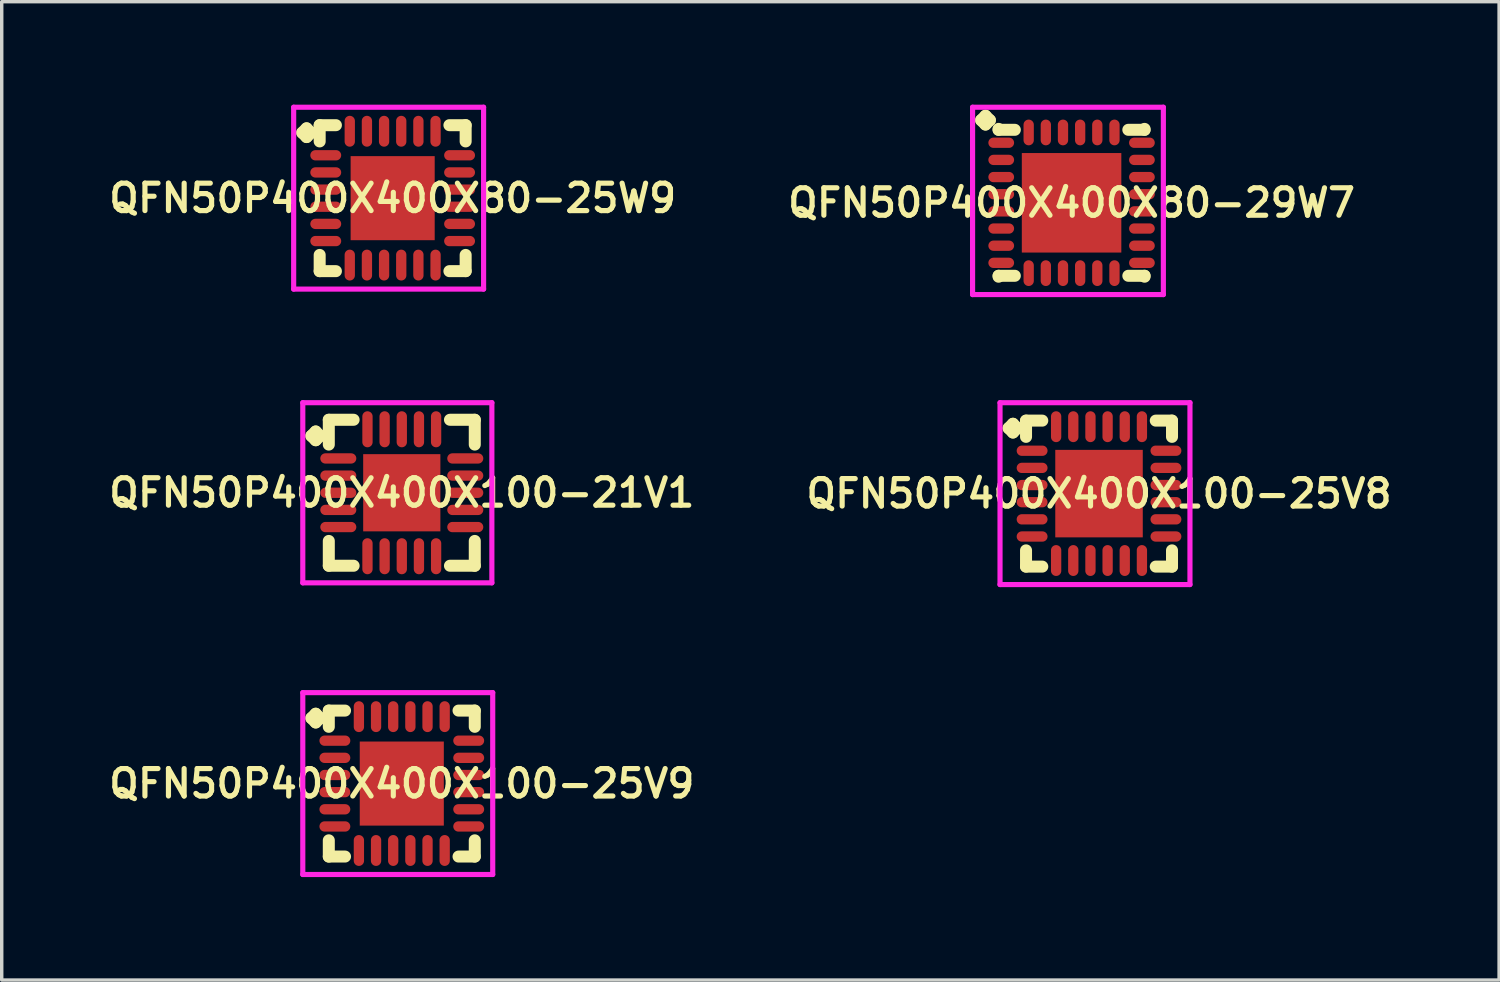
<source format=kicad_pcb>
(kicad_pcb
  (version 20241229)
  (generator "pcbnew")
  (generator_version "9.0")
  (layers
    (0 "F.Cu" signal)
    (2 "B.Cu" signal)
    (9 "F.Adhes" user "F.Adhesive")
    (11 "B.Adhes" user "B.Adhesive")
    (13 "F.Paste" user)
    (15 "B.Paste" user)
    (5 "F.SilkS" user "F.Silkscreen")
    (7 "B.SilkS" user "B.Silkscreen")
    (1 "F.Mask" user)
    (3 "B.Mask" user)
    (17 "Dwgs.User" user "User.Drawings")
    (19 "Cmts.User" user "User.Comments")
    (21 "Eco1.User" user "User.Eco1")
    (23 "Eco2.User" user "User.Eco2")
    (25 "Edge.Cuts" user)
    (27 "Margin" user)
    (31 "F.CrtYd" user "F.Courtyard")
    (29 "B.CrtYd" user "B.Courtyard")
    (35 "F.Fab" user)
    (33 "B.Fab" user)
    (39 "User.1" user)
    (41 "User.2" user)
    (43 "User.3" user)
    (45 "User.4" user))
  (footprint "QFN50P400X400X80-25W9"
    (layer "F.Cu")
    (at 8.393 2.725)
    (property "Reference" "QFN50P400X400X80-25W9" (at 0 0 0) (layer "F.SilkS") (effects (font (size 0.8 0.8) (thickness 0.15))))
    (attr smd)
    (fp_line (start -2.635 -1.908) (end -2.508 -2.035) (stroke (width 0.35) (type solid)) (layer "F.SilkS"))
    (fp_line (start -2.508 -2.035) (end -2.381 -1.908) (stroke (width 0.35) (type solid)) (layer "F.SilkS"))
    (fp_line (start -2.508 -1.781) (end -2.635 -1.908) (stroke (width 0.35) (type solid)) (layer "F.SilkS"))
    (fp_line (start -2.381 -1.908) (end -2.508 -1.781) (stroke (width 0.35) (type solid)) (layer "F.SilkS"))
    (fp_line (start -2.127 -2.127) (end -1.654 -2.127) (stroke (width 0.35) (type solid)) (layer "F.SilkS"))
    (fp_line (start -2.127 -1.654) (end -2.127 -2.127) (stroke (width 0.35) (type solid)) (layer "F.SilkS"))
    (fp_line (start -2.127 1.654) (end -2.127 2.127) (stroke (width 0.35) (type solid)) (layer "F.SilkS"))
    (fp_line (start -2.127 2.127) (end -1.654 2.127) (stroke (width 0.35) (type solid)) (layer "F.SilkS"))
    (fp_line (start 1.654 -2.127) (end 2.127 -2.127) (stroke (width 0.35) (type solid)) (layer "F.SilkS"))
    (fp_line (start 1.654 2.127) (end 2.127 2.127) (stroke (width 0.35) (type solid)) (layer "F.SilkS"))
    (fp_line (start 2.127 -2.127) (end 2.127 -1.654) (stroke (width 0.35) (type solid)) (layer "F.SilkS"))
    (fp_line (start 2.127 2.127) (end 2.127 1.654) (stroke (width 0.35) (type solid)) (layer "F.SilkS"))
    (fp_line (start -2.885 -2.65) (end 2.65 -2.65) (stroke (width 0.15) (type solid)) (layer "F.CrtYd"))
    (fp_line (start -2.885 2.65) (end -2.885 -2.65) (stroke (width 0.15) (type solid)) (layer "F.CrtYd"))
    (fp_line (start 2.65 -2.65) (end 2.65 2.65) (stroke (width 0.15) (type solid)) (layer "F.CrtYd"))
    (fp_line (start 2.65 2.65) (end -2.885 2.65) (stroke (width 0.15) (type solid)) (layer "F.CrtYd"))
    (pad "1" smd oval (at -1.95 -1.25) (size 0.9 0.3) (layers "F.Cu" "F.Mask" "F.Paste"))
    (pad "2" smd oval (at -1.95 -0.75) (size 0.9 0.3) (layers "F.Cu" "F.Mask" "F.Paste"))
    (pad "3" smd oval (at -1.95 -0.25) (size 0.9 0.3) (layers "F.Cu" "F.Mask" "F.Paste"))
    (pad "4" smd oval (at -1.95 0.25) (size 0.9 0.3) (layers "F.Cu" "F.Mask" "F.Paste"))
    (pad "5" smd oval (at -1.95 0.75) (size 0.9 0.3) (layers "F.Cu" "F.Mask" "F.Paste"))
    (pad "6" smd oval (at -1.95 1.25) (size 0.9 0.3) (layers "F.Cu" "F.Mask" "F.Paste"))
    (pad "7" smd oval (at -1.25 1.95) (size 0.3 0.9) (layers "F.Cu" "F.Mask" "F.Paste"))
    (pad "8" smd oval (at -0.75 1.95) (size 0.3 0.9) (layers "F.Cu" "F.Mask" "F.Paste"))
    (pad "9" smd oval (at -0.25 1.95) (size 0.3 0.9) (layers "F.Cu" "F.Mask" "F.Paste"))
    (pad "10" smd oval (at 0.25 1.95) (size 0.3 0.9) (layers "F.Cu" "F.Mask" "F.Paste"))
    (pad "11" smd oval (at 0.75 1.95) (size 0.3 0.9) (layers "F.Cu" "F.Mask" "F.Paste"))
    (pad "12" smd oval (at 1.25 1.95) (size 0.3 0.9) (layers "F.Cu" "F.Mask" "F.Paste"))
    (pad "13" smd oval (at 1.95 1.25) (size 0.9 0.3) (layers "F.Cu" "F.Mask" "F.Paste"))
    (pad "14" smd oval (at 1.95 0.75) (size 0.9 0.3) (layers "F.Cu" "F.Mask" "F.Paste"))
    (pad "15" smd oval (at 1.95 0.25) (size 0.9 0.3) (layers "F.Cu" "F.Mask" "F.Paste"))
    (pad "16" smd oval (at 1.95 -0.25) (size 0.9 0.3) (layers "F.Cu" "F.Mask" "F.Paste"))
    (pad "17" smd oval (at 1.95 -0.75) (size 0.9 0.3) (layers "F.Cu" "F.Mask" "F.Paste"))
    (pad "18" smd oval (at 1.95 -1.25) (size 0.9 0.3) (layers "F.Cu" "F.Mask" "F.Paste"))
    (pad "19" smd oval (at 1.25 -1.95) (size 0.3 0.9) (layers "F.Cu" "F.Mask" "F.Paste"))
    (pad "20" smd oval (at 0.75 -1.95) (size 0.3 0.9) (layers "F.Cu" "F.Mask" "F.Paste"))
    (pad "21" smd oval (at 0.25 -1.95) (size 0.3 0.9) (layers "F.Cu" "F.Mask" "F.Paste"))
    (pad "22" smd oval (at -0.25 -1.95) (size 0.3 0.9) (layers "F.Cu" "F.Mask" "F.Paste"))
    (pad "23" smd oval (at -0.75 -1.95) (size 0.3 0.9) (layers "F.Cu" "F.Mask" "F.Paste"))
    (pad "24" smd oval (at -1.25 -1.95) (size 0.3 0.9) (layers "F.Cu" "F.Mask" "F.Paste"))
    (pad "25" smd rect (at 0 0) (size 2.45 2.45) (layers "F.Cu" "F.Mask" "F.Paste")))
  (footprint "QFN50P400X400X80-29W7"
    (layer "F.Cu")
    (at 28.178 2.86)
    (property "Reference" "QFN50P400X400X80-29W7" (at 0 0 0) (layer "F.SilkS") (effects (font (size 0.8 0.8) (thickness 0.15))))
    (attr through_hole)
    (fp_line (start -2.635 -2.408) (end -2.508 -2.535) (stroke (width 0.35) (type solid)) (layer "F.SilkS"))
    (fp_line (start -2.508 -2.535) (end -2.381 -2.408) (stroke (width 0.35) (type solid)) (layer "F.SilkS"))
    (fp_line (start -2.508 -2.281) (end -2.635 -2.408) (stroke (width 0.35) (type solid)) (layer "F.SilkS"))
    (fp_line (start -2.381 -2.408) (end -2.508 -2.281) (stroke (width 0.35) (type solid)) (layer "F.SilkS"))
    (fp_line (start -2.127 -2.154) (end -2.127 -2.127) (stroke (width 0.35) (type solid)) (layer "F.SilkS"))
    (fp_line (start -2.127 -2.127) (end -1.654 -2.127) (stroke (width 0.35) (type solid)) (layer "F.SilkS"))
    (fp_line (start -2.127 2.127) (end -1.654 2.127) (stroke (width 0.35) (type solid)) (layer "F.SilkS"))
    (fp_line (start -2.127 2.154) (end -2.127 2.127) (stroke (width 0.35) (type solid)) (layer "F.SilkS"))
    (fp_line (start 1.654 -2.127) (end 2.127 -2.127) (stroke (width 0.35) (type solid)) (layer "F.SilkS"))
    (fp_line (start 1.654 2.127) (end 2.127 2.127) (stroke (width 0.35) (type solid)) (layer "F.SilkS"))
    (fp_line (start 2.127 -2.127) (end 2.127 -2.154) (stroke (width 0.35) (type solid)) (layer "F.SilkS"))
    (fp_line (start 2.127 2.127) (end 2.127 2.154) (stroke (width 0.35) (type solid)) (layer "F.SilkS"))
    (fp_line (start -2.885 -2.785) (end 2.675 -2.785) (stroke (width 0.15) (type solid)) (layer "F.CrtYd"))
    (fp_line (start -2.885 2.675) (end -2.885 -2.785) (stroke (width 0.15) (type solid)) (layer "F.CrtYd"))
    (fp_line (start 2.675 -2.785) (end 2.675 2.675) (stroke (width 0.15) (type solid)) (layer "F.CrtYd"))
    (fp_line (start 2.675 2.675) (end -2.885 2.675) (stroke (width 0.15) (type solid)) (layer "F.CrtYd"))
    (pad "1" smd oval (at -2.05 -1.75) (size 0.75 0.3) (layers "F.Cu" "F.Mask" "F.Paste"))
    (pad "2" smd oval (at -2.05 -1.25) (size 0.75 0.3) (layers "F.Cu" "F.Mask" "F.Paste"))
    (pad "3" smd oval (at -2.05 -0.75) (size 0.75 0.3) (layers "F.Cu" "F.Mask" "F.Paste"))
    (pad "4" smd oval (at -2.05 -0.25) (size 0.75 0.3) (layers "F.Cu" "F.Mask" "F.Paste"))
    (pad "5" smd oval (at -2.05 0.25) (size 0.75 0.3) (layers "F.Cu" "F.Mask" "F.Paste"))
    (pad "6" smd oval (at -2.05 0.75) (size 0.75 0.3) (layers "F.Cu" "F.Mask" "F.Paste"))
    (pad "7" smd oval (at -2.05 1.25) (size 0.75 0.3) (layers "F.Cu" "F.Mask" "F.Paste"))
    (pad "8" smd oval (at -2.05 1.75) (size 0.75 0.3) (layers "F.Cu" "F.Mask" "F.Paste"))
    (pad "9" smd oval (at -1.25 2.05) (size 0.3 0.75) (layers "F.Cu" "F.Mask" "F.Paste"))
    (pad "10" smd oval (at -0.75 2.05) (size 0.3 0.75) (layers "F.Cu" "F.Mask" "F.Paste"))
    (pad "11" smd oval (at -0.25 2.05) (size 0.3 0.75) (layers "F.Cu" "F.Mask" "F.Paste"))
    (pad "12" smd oval (at 0.25 2.05) (size 0.3 0.75) (layers "F.Cu" "F.Mask" "F.Paste"))
    (pad "13" smd oval (at 0.75 2.05) (size 0.3 0.75) (layers "F.Cu" "F.Mask" "F.Paste"))
    (pad "14" smd oval (at 1.25 2.05) (size 0.3 0.75) (layers "F.Cu" "F.Mask" "F.Paste"))
    (pad "15" smd oval (at 2.05 1.75) (size 0.75 0.3) (layers "F.Cu" "F.Mask" "F.Paste"))
    (pad "16" smd oval (at 2.05 1.25) (size 0.75 0.3) (layers "F.Cu" "F.Mask" "F.Paste"))
    (pad "17" smd oval (at 2.05 0.75) (size 0.75 0.3) (layers "F.Cu" "F.Mask" "F.Paste"))
    (pad "18" smd oval (at 2.05 0.25) (size 0.75 0.3) (layers "F.Cu" "F.Mask" "F.Paste"))
    (pad "19" smd oval (at 2.05 -0.25) (size 0.75 0.3) (layers "F.Cu" "F.Mask" "F.Paste"))
    (pad "20" smd oval (at 2.05 -0.75) (size 0.75 0.3) (layers "F.Cu" "F.Mask" "F.Paste"))
    (pad "21" smd oval (at 2.05 -1.25) (size 0.75 0.3) (layers "F.Cu" "F.Mask" "F.Paste"))
    (pad "22" smd oval (at 2.05 -1.75) (size 0.75 0.3) (layers "F.Cu" "F.Mask" "F.Paste"))
    (pad "23" smd oval (at 1.25 -2.05) (size 0.3 0.75) (layers "F.Cu" "F.Mask" "F.Paste"))
    (pad "24" smd oval (at 0.75 -2.05) (size 0.3 0.75) (layers "F.Cu" "F.Mask" "F.Paste"))
    (pad "25" smd oval (at 0.25 -2.05) (size 0.3 0.75) (layers "F.Cu" "F.Mask" "F.Paste"))
    (pad "26" smd oval (at -0.25 -2.05) (size 0.3 0.75) (layers "F.Cu" "F.Mask" "F.Paste"))
    (pad "27" smd oval (at -0.75 -2.05) (size 0.3 0.75) (layers "F.Cu" "F.Mask" "F.Paste"))
    (pad "28" smd oval (at -1.25 -2.05) (size 0.3 0.75) (layers "F.Cu" "F.Mask" "F.Paste"))
    (pad "29" smd rect (at 0 0) (size 2.9 2.9) (layers "F.Cu" "F.Mask" "F.Paste")))
  (footprint "QFN50P400X400X100-25V9"
    (layer "F.Cu")
    (at 8.659 19.785)
    (property "Reference" "QFN50P400X400X100-25V9" (at 0 0 0) (layer "F.SilkS") (effects (font (size 0.8 0.8) (thickness 0.15))))
    (attr smd)
    (fp_line (start -2.635 -1.908) (end -2.508 -2.035) (stroke (width 0.35) (type solid)) (layer "F.SilkS"))
    (fp_line (start -2.508 -2.035) (end -2.381 -1.908) (stroke (width 0.35) (type solid)) (layer "F.SilkS"))
    (fp_line (start -2.508 -1.781) (end -2.635 -1.908) (stroke (width 0.35) (type solid)) (layer "F.SilkS"))
    (fp_line (start -2.381 -1.908) (end -2.508 -1.781) (stroke (width 0.35) (type solid)) (layer "F.SilkS"))
    (fp_line (start -2.127 -2.127) (end -1.654 -2.127) (stroke (width 0.35) (type solid)) (layer "F.SilkS"))
    (fp_line (start -2.127 -1.654) (end -2.127 -2.127) (stroke (width 0.35) (type solid)) (layer "F.SilkS"))
    (fp_line (start -2.127 1.654) (end -2.127 2.127) (stroke (width 0.35) (type solid)) (layer "F.SilkS"))
    (fp_line (start -2.127 2.127) (end -1.654 2.127) (stroke (width 0.35) (type solid)) (layer "F.SilkS"))
    (fp_line (start 1.654 -2.127) (end 2.127 -2.127) (stroke (width 0.35) (type solid)) (layer "F.SilkS"))
    (fp_line (start 1.654 2.127) (end 2.127 2.127) (stroke (width 0.35) (type solid)) (layer "F.SilkS"))
    (fp_line (start 2.127 -2.127) (end 2.127 -1.654) (stroke (width 0.35) (type solid)) (layer "F.SilkS"))
    (fp_line (start 2.127 2.127) (end 2.127 1.654) (stroke (width 0.35) (type solid)) (layer "F.SilkS"))
    (fp_line (start -2.885 -2.65) (end 2.65 -2.65) (stroke (width 0.15) (type solid)) (layer "F.CrtYd"))
    (fp_line (start -2.885 2.65) (end -2.885 -2.65) (stroke (width 0.15) (type solid)) (layer "F.CrtYd"))
    (fp_line (start 2.65 -2.65) (end 2.65 2.65) (stroke (width 0.15) (type solid)) (layer "F.CrtYd"))
    (fp_line (start 2.65 2.65) (end -2.885 2.65) (stroke (width 0.15) (type solid)) (layer "F.CrtYd"))
    (pad "1" smd oval (at -1.95 -1.25) (size 0.9 0.3) (layers "F.Cu" "F.Mask" "F.Paste"))
    (pad "2" smd oval (at -1.95 -0.75) (size 0.9 0.3) (layers "F.Cu" "F.Mask" "F.Paste"))
    (pad "3" smd oval (at -1.95 -0.25) (size 0.9 0.3) (layers "F.Cu" "F.Mask" "F.Paste"))
    (pad "4" smd oval (at -1.95 0.25) (size 0.9 0.3) (layers "F.Cu" "F.Mask" "F.Paste"))
    (pad "5" smd oval (at -1.95 0.75) (size 0.9 0.3) (layers "F.Cu" "F.Mask" "F.Paste"))
    (pad "6" smd oval (at -1.95 1.25) (size 0.9 0.3) (layers "F.Cu" "F.Mask" "F.Paste"))
    (pad "7" smd oval (at -1.25 1.95) (size 0.3 0.9) (layers "F.Cu" "F.Mask" "F.Paste"))
    (pad "8" smd oval (at -0.75 1.95) (size 0.3 0.9) (layers "F.Cu" "F.Mask" "F.Paste"))
    (pad "9" smd oval (at -0.25 1.95) (size 0.3 0.9) (layers "F.Cu" "F.Mask" "F.Paste"))
    (pad "10" smd oval (at 0.25 1.95) (size 0.3 0.9) (layers "F.Cu" "F.Mask" "F.Paste"))
    (pad "11" smd oval (at 0.75 1.95) (size 0.3 0.9) (layers "F.Cu" "F.Mask" "F.Paste"))
    (pad "12" smd oval (at 1.25 1.95) (size 0.3 0.9) (layers "F.Cu" "F.Mask" "F.Paste"))
    (pad "13" smd oval (at 1.95 1.25) (size 0.9 0.3) (layers "F.Cu" "F.Mask" "F.Paste"))
    (pad "14" smd oval (at 1.95 0.75) (size 0.9 0.3) (layers "F.Cu" "F.Mask" "F.Paste"))
    (pad "15" smd oval (at 1.95 0.25) (size 0.9 0.3) (layers "F.Cu" "F.Mask" "F.Paste"))
    (pad "16" smd oval (at 1.95 -0.25) (size 0.9 0.3) (layers "F.Cu" "F.Mask" "F.Paste"))
    (pad "17" smd oval (at 1.95 -0.75) (size 0.9 0.3) (layers "F.Cu" "F.Mask" "F.Paste"))
    (pad "18" smd oval (at 1.95 -1.25) (size 0.9 0.3) (layers "F.Cu" "F.Mask" "F.Paste"))
    (pad "19" smd oval (at 1.25 -1.95) (size 0.3 0.9) (layers "F.Cu" "F.Mask" "F.Paste"))
    (pad "20" smd oval (at 0.75 -1.95) (size 0.3 0.9) (layers "F.Cu" "F.Mask" "F.Paste"))
    (pad "21" smd oval (at 0.25 -1.95) (size 0.3 0.9) (layers "F.Cu" "F.Mask" "F.Paste"))
    (pad "22" smd oval (at -0.25 -1.95) (size 0.3 0.9) (layers "F.Cu" "F.Mask" "F.Paste"))
    (pad "23" smd oval (at -0.75 -1.95) (size 0.3 0.9) (layers "F.Cu" "F.Mask" "F.Paste"))
    (pad "24" smd oval (at -1.25 -1.95) (size 0.3 0.9) (layers "F.Cu" "F.Mask" "F.Paste"))
    (pad "25" smd rect (at 0 0) (size 2.45 2.45) (layers "F.Cu" "F.Mask" "F.Paste")))
  (footprint "QFN50P400X400X100-25V8"
    (layer "F.Cu")
    (at 28.978 11.335)
    (property "Reference" "QFN50P400X400X100-25V8" (at 0 0 0) (layer "F.SilkS") (effects (font (size 0.8 0.8) (thickness 0.15))))
    (attr smd)
    (fp_line (start -2.635 -1.908) (end -2.508 -2.035) (stroke (width 0.35) (type solid)) (layer "F.SilkS"))
    (fp_line (start -2.508 -2.035) (end -2.381 -1.908) (stroke (width 0.35) (type solid)) (layer "F.SilkS"))
    (fp_line (start -2.508 -1.781) (end -2.635 -1.908) (stroke (width 0.35) (type solid)) (layer "F.SilkS"))
    (fp_line (start -2.381 -1.908) (end -2.508 -1.781) (stroke (width 0.35) (type solid)) (layer "F.SilkS"))
    (fp_line (start -2.127 -2.127) (end -1.654 -2.127) (stroke (width 0.35) (type solid)) (layer "F.SilkS"))
    (fp_line (start -2.127 -1.654) (end -2.127 -2.127) (stroke (width 0.35) (type solid)) (layer "F.SilkS"))
    (fp_line (start -2.127 1.654) (end -2.127 2.127) (stroke (width 0.35) (type solid)) (layer "F.SilkS"))
    (fp_line (start -2.127 2.127) (end -1.654 2.127) (stroke (width 0.35) (type solid)) (layer "F.SilkS"))
    (fp_line (start 1.654 -2.127) (end 2.127 -2.127) (stroke (width 0.35) (type solid)) (layer "F.SilkS"))
    (fp_line (start 1.654 2.127) (end 2.127 2.127) (stroke (width 0.35) (type solid)) (layer "F.SilkS"))
    (fp_line (start 2.127 -2.127) (end 2.127 -1.654) (stroke (width 0.35) (type solid)) (layer "F.SilkS"))
    (fp_line (start 2.127 2.127) (end 2.127 1.654) (stroke (width 0.35) (type solid)) (layer "F.SilkS"))
    (fp_line (start -2.885 -2.65) (end 2.65 -2.65) (stroke (width 0.15) (type solid)) (layer "F.CrtYd"))
    (fp_line (start -2.885 2.65) (end -2.885 -2.65) (stroke (width 0.15) (type solid)) (layer "F.CrtYd"))
    (fp_line (start 2.65 -2.65) (end 2.65 2.65) (stroke (width 0.15) (type solid)) (layer "F.CrtYd"))
    (fp_line (start 2.65 2.65) (end -2.885 2.65) (stroke (width 0.15) (type solid)) (layer "F.CrtYd"))
    (pad "1" smd oval (at -1.95 -1.25) (size 0.9 0.3) (layers "F.Cu" "F.Mask" "F.Paste"))
    (pad "2" smd oval (at -1.95 -0.75) (size 0.9 0.3) (layers "F.Cu" "F.Mask" "F.Paste"))
    (pad "3" smd oval (at -1.95 -0.25) (size 0.9 0.3) (layers "F.Cu" "F.Mask" "F.Paste"))
    (pad "4" smd oval (at -1.95 0.25) (size 0.9 0.3) (layers "F.Cu" "F.Mask" "F.Paste"))
    (pad "5" smd oval (at -1.95 0.75) (size 0.9 0.3) (layers "F.Cu" "F.Mask" "F.Paste"))
    (pad "6" smd oval (at -1.95 1.25) (size 0.9 0.3) (layers "F.Cu" "F.Mask" "F.Paste"))
    (pad "7" smd oval (at -1.25 1.95) (size 0.3 0.9) (layers "F.Cu" "F.Mask" "F.Paste"))
    (pad "8" smd oval (at -0.75 1.95) (size 0.3 0.9) (layers "F.Cu" "F.Mask" "F.Paste"))
    (pad "9" smd oval (at -0.25 1.95) (size 0.3 0.9) (layers "F.Cu" "F.Mask" "F.Paste"))
    (pad "10" smd oval (at 0.25 1.95) (size 0.3 0.9) (layers "F.Cu" "F.Mask" "F.Paste"))
    (pad "11" smd oval (at 0.75 1.95) (size 0.3 0.9) (layers "F.Cu" "F.Mask" "F.Paste"))
    (pad "12" smd oval (at 1.25 1.95) (size 0.3 0.9) (layers "F.Cu" "F.Mask" "F.Paste"))
    (pad "13" smd oval (at 1.95 1.25) (size 0.9 0.3) (layers "F.Cu" "F.Mask" "F.Paste"))
    (pad "14" smd oval (at 1.95 0.75) (size 0.9 0.3) (layers "F.Cu" "F.Mask" "F.Paste"))
    (pad "15" smd oval (at 1.95 0.25) (size 0.9 0.3) (layers "F.Cu" "F.Mask" "F.Paste"))
    (pad "16" smd oval (at 1.95 -0.25) (size 0.9 0.3) (layers "F.Cu" "F.Mask" "F.Paste"))
    (pad "17" smd oval (at 1.95 -0.75) (size 0.9 0.3) (layers "F.Cu" "F.Mask" "F.Paste"))
    (pad "18" smd oval (at 1.95 -1.25) (size 0.9 0.3) (layers "F.Cu" "F.Mask" "F.Paste"))
    (pad "19" smd oval (at 1.25 -1.95) (size 0.3 0.9) (layers "F.Cu" "F.Mask" "F.Paste"))
    (pad "20" smd oval (at 0.75 -1.95) (size 0.3 0.9) (layers "F.Cu" "F.Mask" "F.Paste"))
    (pad "21" smd oval (at 0.25 -1.95) (size 0.3 0.9) (layers "F.Cu" "F.Mask" "F.Paste"))
    (pad "22" smd oval (at -0.25 -1.95) (size 0.3 0.9) (layers "F.Cu" "F.Mask" "F.Paste"))
    (pad "23" smd oval (at -0.75 -1.95) (size 0.3 0.9) (layers "F.Cu" "F.Mask" "F.Paste"))
    (pad "24" smd oval (at -1.25 -1.95) (size 0.3 0.9) (layers "F.Cu" "F.Mask" "F.Paste"))
    (pad "25" smd rect (at 0 0) (size 2.55 2.55) (layers "F.Cu" "F.Mask" "F.Paste")))
  (footprint "QFN50P400X400X100-21V1"
    (layer "F.Cu")
    (at 8.659 11.31)
    (property "Reference" "QFN50P400X400X100-21V1" (at 0 0 0) (layer "F.SilkS") (effects (font (size 0.8 0.8) (thickness 0.15))))
    (attr through_hole)
    (fp_line (start -2.635 -1.658) (end -2.508 -1.785) (stroke (width 0.35) (type solid)) (layer "F.SilkS"))
    (fp_line (start -2.508 -1.785) (end -2.381 -1.658) (stroke (width 0.35) (type solid)) (layer "F.SilkS"))
    (fp_line (start -2.508 -1.531) (end -2.635 -1.658) (stroke (width 0.35) (type solid)) (layer "F.SilkS"))
    (fp_line (start -2.381 -1.658) (end -2.508 -1.531) (stroke (width 0.35) (type solid)) (layer "F.SilkS"))
    (fp_line (start -2.127 -2.127) (end -1.404 -2.127) (stroke (width 0.35) (type solid)) (layer "F.SilkS"))
    (fp_line (start -2.127 -1.404) (end -2.127 -2.127) (stroke (width 0.35) (type solid)) (layer "F.SilkS"))
    (fp_line (start -2.127 1.404) (end -2.127 2.127) (stroke (width 0.35) (type solid)) (layer "F.SilkS"))
    (fp_line (start -2.127 2.127) (end -1.404 2.127) (stroke (width 0.35) (type solid)) (layer "F.SilkS"))
    (fp_line (start 1.404 -2.127) (end 2.127 -2.127) (stroke (width 0.35) (type solid)) (layer "F.SilkS"))
    (fp_line (start 1.404 2.127) (end 2.127 2.127) (stroke (width 0.35) (type solid)) (layer "F.SilkS"))
    (fp_line (start 2.127 -2.127) (end 2.127 -1.404) (stroke (width 0.35) (type solid)) (layer "F.SilkS"))
    (fp_line (start 2.127 2.127) (end 2.127 1.404) (stroke (width 0.35) (type solid)) (layer "F.SilkS"))
    (fp_line (start -2.885 -2.625) (end 2.625 -2.625) (stroke (width 0.15) (type solid)) (layer "F.CrtYd"))
    (fp_line (start -2.885 2.625) (end -2.885 -2.625) (stroke (width 0.15) (type solid)) (layer "F.CrtYd"))
    (fp_line (start 2.625 -2.625) (end 2.625 2.625) (stroke (width 0.15) (type solid)) (layer "F.CrtYd"))
    (fp_line (start 2.625 2.625) (end -2.885 2.625) (stroke (width 0.15) (type solid)) (layer "F.CrtYd"))
    (pad "1" smd oval (at -1.85 -1) (size 1.05 0.3) (layers "F.Cu" "F.Mask" "F.Paste"))
    (pad "2" smd oval (at -1.85 -0.5) (size 1.05 0.3) (layers "F.Cu" "F.Mask" "F.Paste"))
    (pad "3" smd oval (at -1.85 0) (size 1.05 0.3) (layers "F.Cu" "F.Mask" "F.Paste"))
    (pad "4" smd oval (at -1.85 0.5) (size 1.05 0.3) (layers "F.Cu" "F.Mask" "F.Paste"))
    (pad "5" smd oval (at -1.85 1) (size 1.05 0.3) (layers "F.Cu" "F.Mask" "F.Paste"))
    (pad "6" smd oval (at -1 1.85) (size 0.3 1.05) (layers "F.Cu" "F.Mask" "F.Paste"))
    (pad "7" smd oval (at -0.5 1.85) (size 0.3 1.05) (layers "F.Cu" "F.Mask" "F.Paste"))
    (pad "8" smd oval (at 0 1.85) (size 0.3 1.05) (layers "F.Cu" "F.Mask" "F.Paste"))
    (pad "9" smd oval (at 0.5 1.85) (size 0.3 1.05) (layers "F.Cu" "F.Mask" "F.Paste"))
    (pad "10" smd oval (at 1 1.85) (size 0.3 1.05) (layers "F.Cu" "F.Mask" "F.Paste"))
    (pad "11" smd oval (at 1.85 1) (size 1.05 0.3) (layers "F.Cu" "F.Mask" "F.Paste"))
    (pad "12" smd oval (at 1.85 0.5) (size 1.05 0.3) (layers "F.Cu" "F.Mask" "F.Paste"))
    (pad "13" smd oval (at 1.85 0) (size 1.05 0.3) (layers "F.Cu" "F.Mask" "F.Paste"))
    (pad "14" smd oval (at 1.85 -0.5) (size 1.05 0.3) (layers "F.Cu" "F.Mask" "F.Paste"))
    (pad "15" smd oval (at 1.85 -1) (size 1.05 0.3) (layers "F.Cu" "F.Mask" "F.Paste"))
    (pad "16" smd oval (at 1 -1.85) (size 0.3 1.05) (layers "F.Cu" "F.Mask" "F.Paste"))
    (pad "17" smd oval (at 0.5 -1.85) (size 0.3 1.05) (layers "F.Cu" "F.Mask" "F.Paste"))
    (pad "18" smd oval (at 0 -1.85) (size 0.3 1.05) (layers "F.Cu" "F.Mask" "F.Paste"))
    (pad "19" smd oval (at -0.5 -1.85) (size 0.3 1.05) (layers "F.Cu" "F.Mask" "F.Paste"))
    (pad "20" smd oval (at -1 -1.85) (size 0.3 1.05) (layers "F.Cu" "F.Mask" "F.Paste"))
    (pad "21" smd rect (at 0 0) (size 2.25 2.25) (layers "F.Cu" "F.Mask" "F.Paste")))
  (gr_rect
    (start -3 -3)
    (end 40.637 25.51)
    (stroke (width 0.1) (type default))
    (fill no)
    (layer "Edge.Cuts")))
</source>
